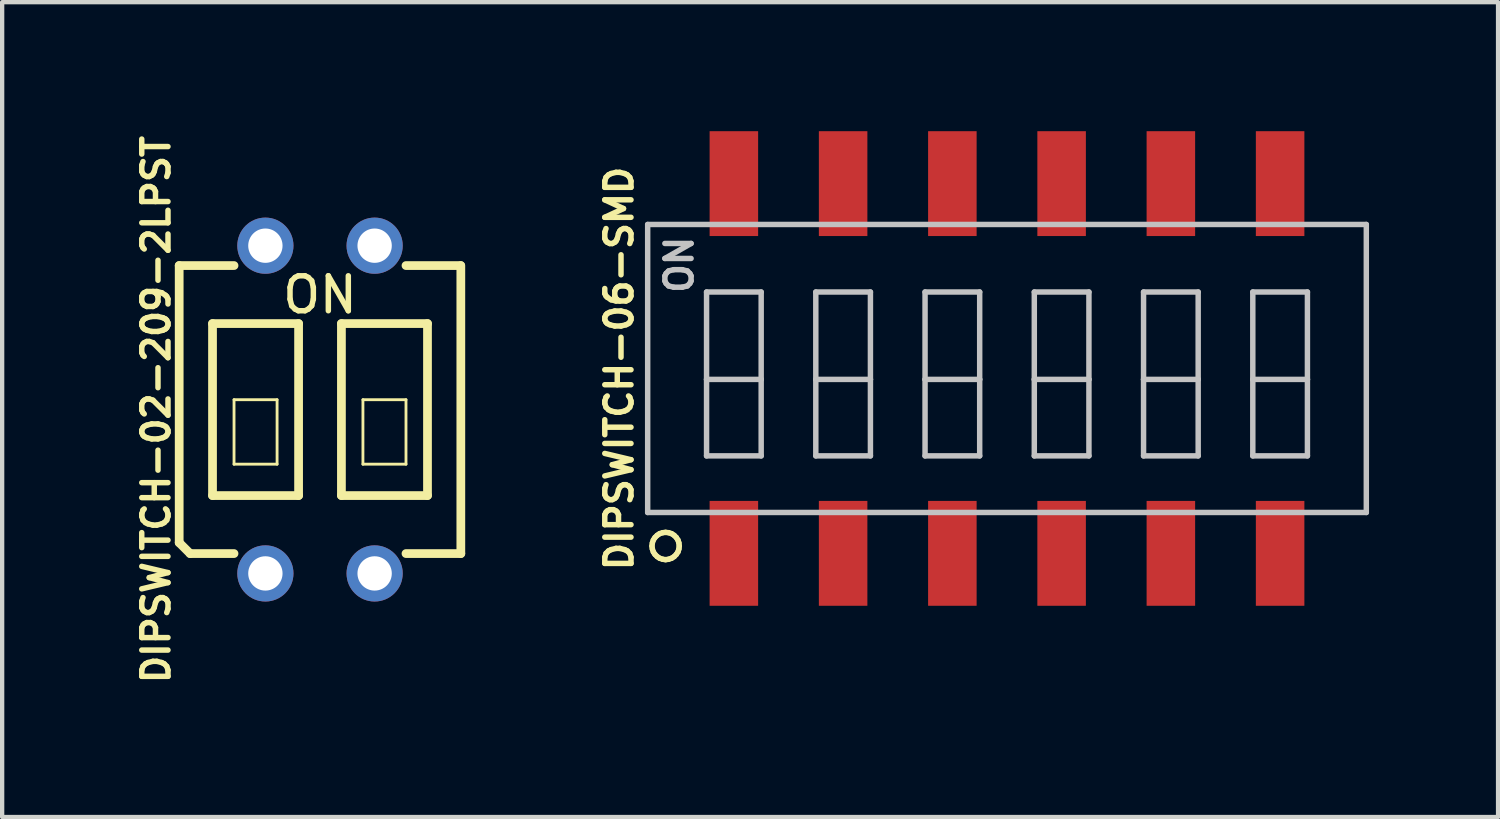
<source format=kicad_pcb>
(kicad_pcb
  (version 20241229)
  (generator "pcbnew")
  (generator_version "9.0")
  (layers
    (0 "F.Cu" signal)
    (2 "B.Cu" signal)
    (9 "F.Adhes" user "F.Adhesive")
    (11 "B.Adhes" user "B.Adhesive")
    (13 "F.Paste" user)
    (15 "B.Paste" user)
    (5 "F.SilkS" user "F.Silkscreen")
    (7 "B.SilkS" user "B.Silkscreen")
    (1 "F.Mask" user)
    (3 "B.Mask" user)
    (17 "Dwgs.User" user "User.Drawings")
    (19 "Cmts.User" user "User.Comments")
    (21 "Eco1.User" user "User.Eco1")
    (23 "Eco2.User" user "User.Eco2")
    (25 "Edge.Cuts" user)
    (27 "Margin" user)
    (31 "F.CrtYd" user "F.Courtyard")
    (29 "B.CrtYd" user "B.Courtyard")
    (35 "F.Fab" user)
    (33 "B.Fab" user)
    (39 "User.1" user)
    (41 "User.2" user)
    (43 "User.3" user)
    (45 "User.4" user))
  (footprint "DIPSWITCH-06-SMD"
    (layer "F.Cu")
    (at 20.362 5.517)
    (property "Reference" "DIPSWITCH-06-SMD" (at -9.017 0 90) (layer "F.SilkS") (effects (font (size 0.61 0.61) (thickness 0.127))))
    (attr smd)
    (fp_line (start -8.255 4.128) (end -8.245 4.056) (stroke (width 0.127) (type solid)) (layer "F.SilkS"))
    (fp_line (start -8.245 4.056) (end -8.222 3.988) (stroke (width 0.127) (type solid)) (layer "F.SilkS"))
    (fp_line (start -8.245 4.196) (end -8.255 4.128) (stroke (width 0.127) (type solid)) (layer "F.SilkS"))
    (fp_line (start -8.222 3.988) (end -8.184 3.929) (stroke (width 0.127) (type solid)) (layer "F.SilkS"))
    (fp_line (start -8.222 4.265) (end -8.245 4.196) (stroke (width 0.127) (type solid)) (layer "F.SilkS"))
    (fp_line (start -8.184 3.929) (end -8.133 3.879) (stroke (width 0.127) (type solid)) (layer "F.SilkS"))
    (fp_line (start -8.184 4.323) (end -8.222 4.265) (stroke (width 0.127) (type solid)) (layer "F.SilkS"))
    (fp_line (start -8.133 3.879) (end -8.075 3.84) (stroke (width 0.127) (type solid)) (layer "F.SilkS"))
    (fp_line (start -8.133 4.374) (end -8.184 4.323) (stroke (width 0.127) (type solid)) (layer "F.SilkS"))
    (fp_line (start -8.075 3.84) (end -8.006 3.818) (stroke (width 0.127) (type solid)) (layer "F.SilkS"))
    (fp_line (start -8.075 4.412) (end -8.133 4.374) (stroke (width 0.127) (type solid)) (layer "F.SilkS"))
    (fp_line (start -8.006 3.818) (end -7.938 3.81) (stroke (width 0.127) (type solid)) (layer "F.SilkS"))
    (fp_line (start -8.006 4.435) (end -8.075 4.412) (stroke (width 0.127) (type solid)) (layer "F.SilkS"))
    (fp_line (start -7.938 3.81) (end -7.866 3.818) (stroke (width 0.127) (type solid)) (layer "F.SilkS"))
    (fp_line (start -7.938 4.445) (end -8.006 4.435) (stroke (width 0.127) (type solid)) (layer "F.SilkS"))
    (fp_line (start -7.866 3.818) (end -7.798 3.84) (stroke (width 0.127) (type solid)) (layer "F.SilkS"))
    (fp_line (start -7.866 4.435) (end -7.938 4.445) (stroke (width 0.127) (type solid)) (layer "F.SilkS"))
    (fp_line (start -7.798 3.84) (end -7.739 3.879) (stroke (width 0.127) (type solid)) (layer "F.SilkS"))
    (fp_line (start -7.798 4.412) (end -7.866 4.435) (stroke (width 0.127) (type solid)) (layer "F.SilkS"))
    (fp_line (start -7.739 3.879) (end -7.689 3.929) (stroke (width 0.127) (type solid)) (layer "F.SilkS"))
    (fp_line (start -7.739 4.374) (end -7.798 4.412) (stroke (width 0.127) (type solid)) (layer "F.SilkS"))
    (fp_line (start -7.689 3.929) (end -7.65 3.988) (stroke (width 0.127) (type solid)) (layer "F.SilkS"))
    (fp_line (start -7.689 4.323) (end -7.739 4.374) (stroke (width 0.127) (type solid)) (layer "F.SilkS"))
    (fp_line (start -7.65 3.988) (end -7.628 4.056) (stroke (width 0.127) (type solid)) (layer "F.SilkS"))
    (fp_line (start -7.65 4.265) (end -7.689 4.323) (stroke (width 0.127) (type solid)) (layer "F.SilkS"))
    (fp_line (start -7.628 4.056) (end -7.62 4.128) (stroke (width 0.127) (type solid)) (layer "F.SilkS"))
    (fp_line (start -7.628 4.196) (end -7.65 4.265) (stroke (width 0.127) (type solid)) (layer "F.SilkS"))
    (fp_line (start -7.62 4.128) (end -7.628 4.196) (stroke (width 0.127) (type solid)) (layer "F.SilkS"))
    (fp_line (start -8.354 -3.348) (end 8.354 -3.348) (stroke (width 0.127) (type solid)) (layer "Dwgs.User"))
    (fp_line (start -8.354 3.348) (end -8.354 -3.348) (stroke (width 0.127) (type solid)) (layer "Dwgs.User"))
    (fp_line (start -6.985 -1.778) (end -5.715 -1.778) (stroke (width 0.127) (type solid)) (layer "Dwgs.User"))
    (fp_line (start -6.985 0.254) (end -6.985 -1.778) (stroke (width 0.127) (type solid)) (layer "Dwgs.User"))
    (fp_line (start -6.985 0.254) (end -6.985 2.032) (stroke (width 0.127) (type solid)) (layer "Dwgs.User"))
    (fp_line (start -6.985 2.032) (end -5.715 2.032) (stroke (width 0.127) (type solid)) (layer "Dwgs.User"))
    (fp_line (start -5.715 -1.778) (end -5.715 0.254) (stroke (width 0.127) (type solid)) (layer "Dwgs.User"))
    (fp_line (start -5.715 0.254) (end -6.985 0.254) (stroke (width 0.127) (type solid)) (layer "Dwgs.User"))
    (fp_line (start -5.715 2.032) (end -5.715 0.254) (stroke (width 0.127) (type solid)) (layer "Dwgs.User"))
    (fp_line (start -4.445 -1.778) (end -3.175 -1.778) (stroke (width 0.127) (type solid)) (layer "Dwgs.User"))
    (fp_line (start -4.445 0.254) (end -4.445 -1.778) (stroke (width 0.127) (type solid)) (layer "Dwgs.User"))
    (fp_line (start -4.445 0.254) (end -4.445 2.032) (stroke (width 0.127) (type solid)) (layer "Dwgs.User"))
    (fp_line (start -4.445 2.032) (end -3.175 2.032) (stroke (width 0.127) (type solid)) (layer "Dwgs.User"))
    (fp_line (start -3.175 -1.778) (end -3.175 0.254) (stroke (width 0.127) (type solid)) (layer "Dwgs.User"))
    (fp_line (start -3.175 0.254) (end -4.445 0.254) (stroke (width 0.127) (type solid)) (layer "Dwgs.User"))
    (fp_line (start -3.175 2.032) (end -3.175 0.254) (stroke (width 0.127) (type solid)) (layer "Dwgs.User"))
    (fp_line (start -1.905 -1.778) (end -0.635 -1.778) (stroke (width 0.127) (type solid)) (layer "Dwgs.User"))
    (fp_line (start -1.905 0.254) (end -1.905 -1.778) (stroke (width 0.127) (type solid)) (layer "Dwgs.User"))
    (fp_line (start -1.905 0.254) (end -1.905 2.032) (stroke (width 0.127) (type solid)) (layer "Dwgs.User"))
    (fp_line (start -1.905 2.032) (end -0.635 2.032) (stroke (width 0.127) (type solid)) (layer "Dwgs.User"))
    (fp_line (start -0.635 -1.778) (end -0.635 0.254) (stroke (width 0.127) (type solid)) (layer "Dwgs.User"))
    (fp_line (start -0.635 0.254) (end -1.905 0.254) (stroke (width 0.127) (type solid)) (layer "Dwgs.User"))
    (fp_line (start -0.635 2.032) (end -0.635 0.254) (stroke (width 0.127) (type solid)) (layer "Dwgs.User"))
    (fp_line (start 0.635 -1.778) (end 1.905 -1.778) (stroke (width 0.127) (type solid)) (layer "Dwgs.User"))
    (fp_line (start 0.635 0.254) (end 0.635 -1.778) (stroke (width 0.127) (type solid)) (layer "Dwgs.User"))
    (fp_line (start 0.635 0.254) (end 0.635 2.032) (stroke (width 0.127) (type solid)) (layer "Dwgs.User"))
    (fp_line (start 0.635 2.032) (end 1.905 2.032) (stroke (width 0.127) (type solid)) (layer "Dwgs.User"))
    (fp_line (start 1.905 -1.778) (end 1.905 0.254) (stroke (width 0.127) (type solid)) (layer "Dwgs.User"))
    (fp_line (start 1.905 0.254) (end 0.635 0.254) (stroke (width 0.127) (type solid)) (layer "Dwgs.User"))
    (fp_line (start 1.905 2.032) (end 1.905 0.254) (stroke (width 0.127) (type solid)) (layer "Dwgs.User"))
    (fp_line (start 3.175 -1.778) (end 4.445 -1.778) (stroke (width 0.127) (type solid)) (layer "Dwgs.User"))
    (fp_line (start 3.175 0.254) (end 3.175 -1.778) (stroke (width 0.127) (type solid)) (layer "Dwgs.User"))
    (fp_line (start 3.175 0.254) (end 3.175 2.032) (stroke (width 0.127) (type solid)) (layer "Dwgs.User"))
    (fp_line (start 3.175 2.032) (end 4.445 2.032) (stroke (width 0.127) (type solid)) (layer "Dwgs.User"))
    (fp_line (start 4.445 -1.778) (end 4.445 0.254) (stroke (width 0.127) (type solid)) (layer "Dwgs.User"))
    (fp_line (start 4.445 0.254) (end 3.175 0.254) (stroke (width 0.127) (type solid)) (layer "Dwgs.User"))
    (fp_line (start 4.445 2.032) (end 4.445 0.254) (stroke (width 0.127) (type solid)) (layer "Dwgs.User"))
    (fp_line (start 5.715 -1.778) (end 6.985 -1.778) (stroke (width 0.127) (type solid)) (layer "Dwgs.User"))
    (fp_line (start 5.715 0.254) (end 5.715 -1.778) (stroke (width 0.127) (type solid)) (layer "Dwgs.User"))
    (fp_line (start 5.715 0.254) (end 5.715 2.032) (stroke (width 0.127) (type solid)) (layer "Dwgs.User"))
    (fp_line (start 5.715 2.032) (end 6.985 2.032) (stroke (width 0.127) (type solid)) (layer "Dwgs.User"))
    (fp_line (start 6.985 -1.778) (end 6.985 0.254) (stroke (width 0.127) (type solid)) (layer "Dwgs.User"))
    (fp_line (start 6.985 0.254) (end 5.715 0.254) (stroke (width 0.127) (type solid)) (layer "Dwgs.User"))
    (fp_line (start 6.985 2.032) (end 6.985 0.254) (stroke (width 0.127) (type solid)) (layer "Dwgs.User"))
    (fp_line (start 8.354 -3.348) (end 8.354 3.348) (stroke (width 0.127) (type solid)) (layer "Dwgs.User"))
    (fp_line (start 8.354 3.348) (end -8.354 3.348) (stroke (width 0.127) (type solid)) (layer "Dwgs.User"))
    (fp_text user "ON" (at -7.62 -2.413 90) (layer "Dwgs.User") (effects (font (size 0.61 0.61) (thickness 0.127))))
    (pad "1" smd rect (at -6.35 4.298 90) (size 2.438 1.128) (layers "F.Cu" "F.Mask" "F.Paste"))
    (pad "2" smd rect (at -3.81 4.298 90) (size 2.438 1.128) (layers "F.Cu" "F.Mask" "F.Paste"))
    (pad "3" smd rect (at -1.27 4.298 90) (size 2.438 1.128) (layers "F.Cu" "F.Mask" "F.Paste"))
    (pad "4" smd rect (at 1.27 4.298 90) (size 2.438 1.128) (layers "F.Cu" "F.Mask" "F.Paste"))
    (pad "5" smd rect (at 3.81 4.298 90) (size 2.438 1.128) (layers "F.Cu" "F.Mask" "F.Paste"))
    (pad "6" smd rect (at 6.35 4.298 90) (size 2.438 1.128) (layers "F.Cu" "F.Mask" "F.Paste"))
    (pad "7" smd rect (at 6.35 -4.298 90) (size 2.438 1.128) (layers "F.Cu" "F.Mask" "F.Paste"))
    (pad "8" smd rect (at 3.81 -4.298 90) (size 2.438 1.128) (layers "F.Cu" "F.Mask" "F.Paste"))
    (pad "9" smd rect (at 1.27 -4.298 90) (size 2.438 1.128) (layers "F.Cu" "F.Mask" "F.Paste"))
    (pad "10" smd rect (at -1.27 -4.298 90) (size 2.438 1.128) (layers "F.Cu" "F.Mask" "F.Paste"))
    (pad "11" smd rect (at -3.81 -4.298 90) (size 2.438 1.128) (layers "F.Cu" "F.Mask" "F.Paste"))
    (pad "12" smd rect (at -6.35 -4.298 90) (size 2.438 1.128) (layers "F.Cu" "F.Mask" "F.Paste")))
  (footprint "DIPSWITCH-02-209-2LPST"
    (layer "F.Cu")
    (at 4.39 6.472)
    (property "Reference" "DIPSWITCH-02-209-2LPST" (at -3.81 0 90) (layer "F.SilkS") (effects (font (size 0.61 0.61) (thickness 0.127))))
    (attr exclude_from_pos_files exclude_from_bom)
    (fp_line (start -3.274 -3.348) (end -1.999 -3.348) (stroke (width 0.203) (type solid)) (layer "F.SilkS"))
    (fp_line (start -3.274 3.094) (end -3.274 -3.348) (stroke (width 0.203) (type solid)) (layer "F.SilkS"))
    (fp_line (start -3.02 3.348) (end -3.274 3.094) (stroke (width 0.203) (type solid)) (layer "F.SilkS"))
    (fp_line (start -2.499 -1.999) (end -2.499 1.999) (stroke (width 0.203) (type solid)) (layer "F.SilkS"))
    (fp_line (start -2.499 1.999) (end -0.498 1.999) (stroke (width 0.203) (type solid)) (layer "F.SilkS"))
    (fp_line (start -1.999 -0.229) (end -0.998 -0.229) (stroke (width 0.066) (type solid)) (layer "F.SilkS"))
    (fp_line (start -1.999 1.27) (end -1.999 -0.229) (stroke (width 0.066) (type solid)) (layer "F.SilkS"))
    (fp_line (start -1.999 1.27) (end -0.998 1.27) (stroke (width 0.066) (type solid)) (layer "F.SilkS"))
    (fp_line (start -1.999 3.348) (end -3.02 3.348) (stroke (width 0.203) (type solid)) (layer "F.SilkS"))
    (fp_line (start -0.998 1.27) (end -0.998 -0.229) (stroke (width 0.066) (type solid)) (layer "F.SilkS"))
    (fp_line (start -0.498 -1.999) (end -2.499 -1.999) (stroke (width 0.203) (type solid)) (layer "F.SilkS"))
    (fp_line (start -0.498 1.999) (end -0.498 -1.999) (stroke (width 0.203) (type solid)) (layer "F.SilkS"))
    (fp_line (start 0.498 -1.999) (end 0.498 1.999) (stroke (width 0.203) (type solid)) (layer "F.SilkS"))
    (fp_line (start 0.498 1.999) (end 2.499 1.999) (stroke (width 0.203) (type solid)) (layer "F.SilkS"))
    (fp_line (start 0.998 -0.229) (end 1.999 -0.229) (stroke (width 0.066) (type solid)) (layer "F.SilkS"))
    (fp_line (start 0.998 1.27) (end 0.998 -0.229) (stroke (width 0.066) (type solid)) (layer "F.SilkS"))
    (fp_line (start 0.998 1.27) (end 1.999 1.27) (stroke (width 0.066) (type solid)) (layer "F.SilkS"))
    (fp_line (start 1.999 -3.348) (end 3.269 -3.348) (stroke (width 0.203) (type solid)) (layer "F.SilkS"))
    (fp_line (start 1.999 1.27) (end 1.999 -0.229) (stroke (width 0.066) (type solid)) (layer "F.SilkS"))
    (fp_line (start 2.499 -1.999) (end 0.498 -1.999) (stroke (width 0.203) (type solid)) (layer "F.SilkS"))
    (fp_line (start 2.499 1.999) (end 2.499 -1.999) (stroke (width 0.203) (type solid)) (layer "F.SilkS"))
    (fp_line (start 3.274 -3.348) (end 3.274 3.348) (stroke (width 0.203) (type solid)) (layer "F.SilkS"))
    (fp_line (start 3.274 3.348) (end 1.999 3.348) (stroke (width 0.203) (type solid)) (layer "F.SilkS"))
    (fp_text user "ON" (at 0 -2.667 0) (layer "F.SilkS") (effects (font (size 0.813 0.813) (thickness 0.127))))
    (pad "1" thru_hole circle (at -1.27 3.81) (size 1.306 1.306) (drill 0.798) (layers "*.Cu" "*.Mask"))
    (pad "2" thru_hole circle (at 1.27 3.81) (size 1.306 1.306) (drill 0.798) (layers "*.Cu" "*.Mask"))
    (pad "3" thru_hole circle (at 1.27 -3.81) (size 1.306 1.306) (drill 0.798) (layers "*.Cu" "*.Mask"))
    (pad "4" thru_hole circle (at -1.27 -3.81) (size 1.306 1.306) (drill 0.798) (layers "*.Cu" "*.Mask")))
  (gr_rect
    (start -3 -3)
    (end 31.779 15.945)
    (stroke (width 0.1) (type default))
    (fill no)
    (layer "Edge.Cuts")))
</source>
